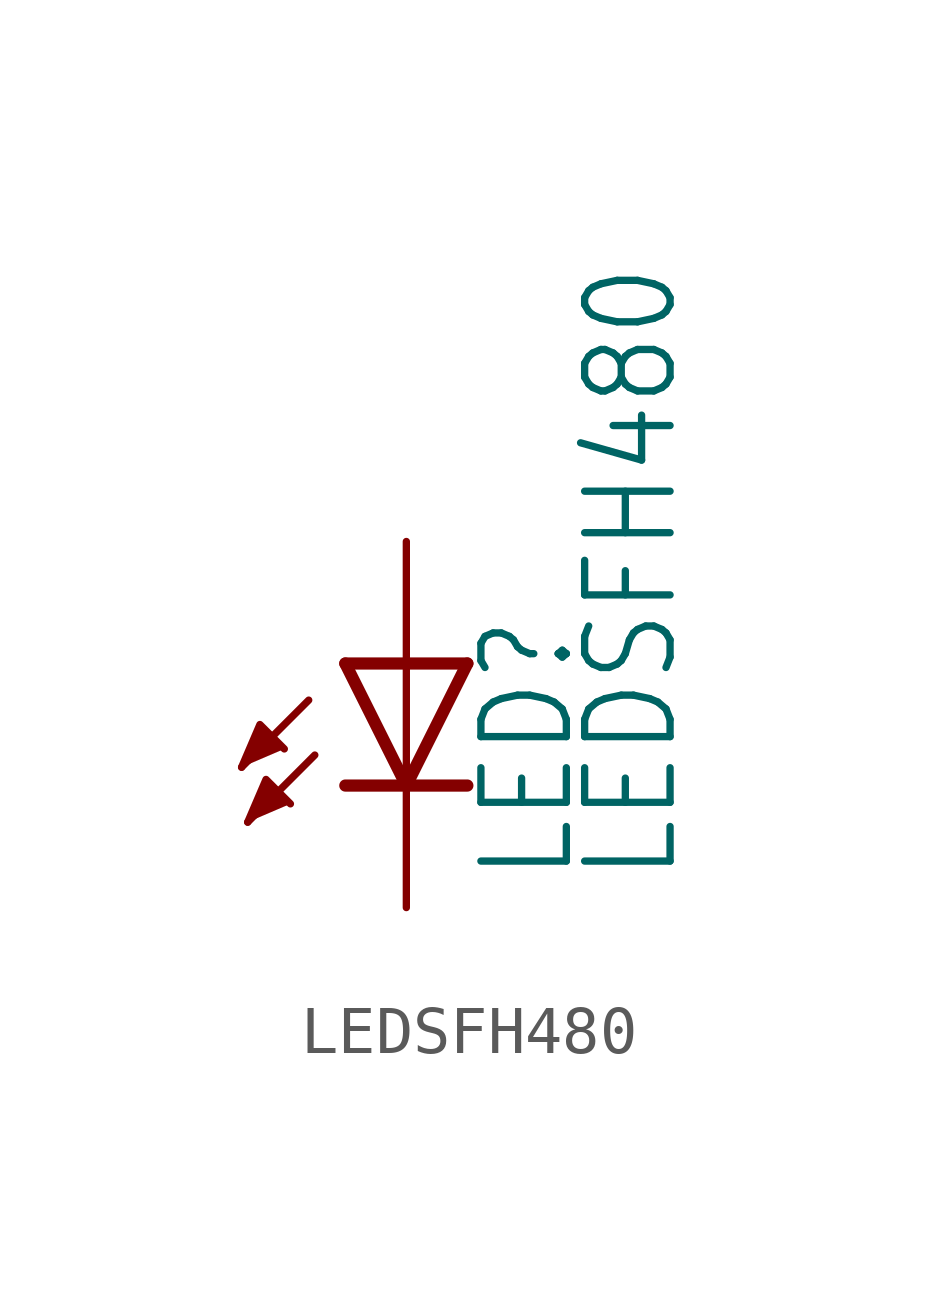
<source format=kicad_sym>
(kicad_symbol_lib
  (version 20220331)
  (generator kicad_symbol_editor)
  (symbol "LEDSFH480"
    (property "Reference" "LED"
      (at 3.556 -4.572 90)
      (effects (font (size 1.778 1.511)) (justify left bottom)))
    (property "Value" "LEDSFH480"
      (at 5.715 -4.572 90)
      (effects (font (size 1.778 1.511)) (justify left bottom)))
    (property "ki_locked" ""
      (at 0 0 0)
      (effects (font (size 1.27 1.27))))
    (symbol "LEDSFH480_1_0"
      (polyline (pts (xy -2.032 -0.762) (xy -3.429 -2.159)) (stroke (width 0.152) (type solid)) (fill (type none)))
      (polyline (pts (xy -1.905 -1.905) (xy -3.302 -3.302)) (stroke (width 0.152) (type solid)) (fill (type none)))
      (polyline (pts (xy 0 -2.54) (xy -1.27 -2.54)) (stroke (width 0.254) (type solid)) (fill (type none)))
      (polyline (pts (xy 0 -2.54) (xy -1.27 0)) (stroke (width 0.254) (type solid)) (fill (type none)))
      (polyline (pts (xy 0 0) (xy -1.27 0)) (stroke (width 0.254) (type solid)) (fill (type none)))
      (polyline (pts (xy 0 0) (xy 0 -2.54)) (stroke (width 0.152) (type solid)) (fill (type none)))
      (polyline (pts (xy 1.27 -2.54) (xy 0 -2.54)) (stroke (width 0.254) (type solid)) (fill (type none)))
      (polyline (pts (xy 1.27 0) (xy 0 -2.54)) (stroke (width 0.254) (type solid)) (fill (type none)))
      (polyline (pts (xy 1.27 0) (xy 0 0)) (stroke (width 0.254) (type solid)) (fill (type none)))
      (polyline (pts (xy -3.429 -2.159) (xy -3.048 -1.27) (xy -2.54 -1.778)) (stroke (width 0) (type default)) (fill (type outline)))
      (polyline (pts (xy -3.302 -3.302) (xy -2.921 -2.413) (xy -2.413 -2.921)) (stroke (width 0) (type default)) (fill (type outline)))
      (pin passive line (at 0 2.54 270) (length 2.54) (name "A" (effects (font (size 0 0)))) (number "A" (effects (font (size 0 0)))))
      (pin passive line (at 0 -5.08 90) (length 2.54) (name "C" (effects (font (size 0 0)))) (number "K" (effects (font (size 0 0))))))))
</source>
